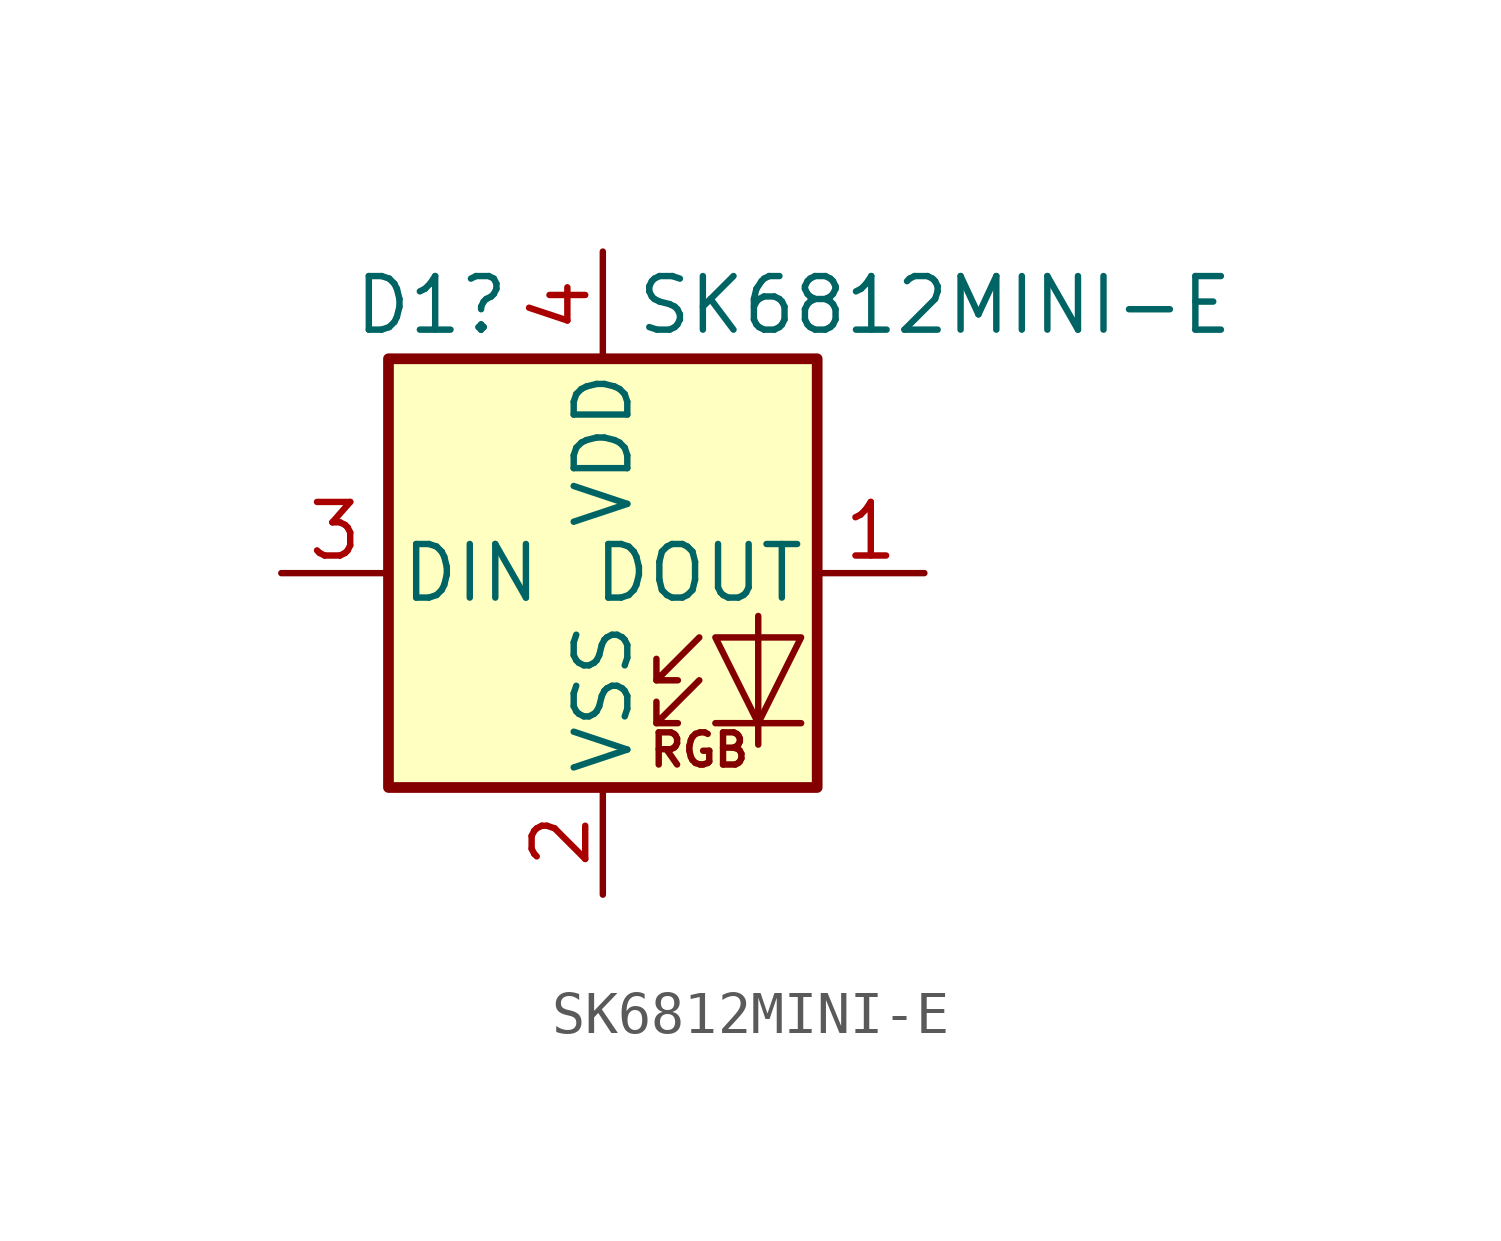
<source format=kicad_sym>
(kicad_symbol_lib
  (version 20231120)
  (generator "kicad_symbol_editor")
  (generator_version "8.0")
  (symbol "SK6812MINI-E"
    (pin_names
      (offset 0.254))
    (property "Reference" "D1"
      (at -4.064 6.35 0)
      (effects (font (size 1.27 1.27))))
    (property "Value" "SK6812MINI-E"
      (at 7.874 6.35 0)
      (effects (font (size 1.27 1.27))))
    (symbol "SK6812MINI-E_0_0"
      (text "RGB" (at 2.286 -4.191 0) (effects (font (size 0.762 0.762)))))
    (symbol "SK6812MINI-E_0_1"
      (polyline (pts (xy 1.27 -3.556) (xy 1.778 -3.556)) (stroke (width 0) (type default)) (fill (type none)))
      (polyline (pts (xy 1.27 -2.54) (xy 1.778 -2.54)) (stroke (width 0) (type default)) (fill (type none)))
      (polyline (pts (xy 4.699 -3.556) (xy 2.667 -3.556)) (stroke (width 0) (type default)) (fill (type none)))
      (polyline (pts (xy 2.286 -2.54) (xy 1.27 -3.556) (xy 1.27 -3.048)) (stroke (width 0) (type default)) (fill (type none)))
      (polyline (pts (xy 2.286 -1.524) (xy 1.27 -2.54) (xy 1.27 -2.032)) (stroke (width 0) (type default)) (fill (type none)))
      (polyline (pts (xy 3.683 -1.016) (xy 3.683 -3.556) (xy 3.683 -4.064)) (stroke (width 0) (type default)) (fill (type none)))
      (polyline (pts (xy 4.699 -1.524) (xy 2.667 -1.524) (xy 3.683 -3.556) (xy 4.699 -1.524)) (stroke (width 0) (type default)) (fill (type none)))
      (rectangle (start 5.08 5.08) (end -5.08 -5.08) (stroke (width 0.254) (type default)) (fill (type background))))
    (symbol "SK6812MINI-E_1_1"
      (pin output line (at 7.62 0 180) (length 2.54) (name "DOUT" (effects (font (size 1.27 1.27)))) (number "1" (effects (font (size 1.27 1.27)))))
      (pin power_in line (at 0 -7.62 90) (length 2.54) (name "VSS" (effects (font (size 1.27 1.27)))) (number "2" (effects (font (size 1.27 1.27)))))
      (pin input line (at -7.62 0 0) (length 2.54) (name "DIN" (effects (font (size 1.27 1.27)))) (number "3" (effects (font (size 1.27 1.27)))))
      (pin power_in line (at 0 7.62 270) (length 2.54) (name "VDD" (effects (font (size 1.27 1.27)))) (number "4" (effects (font (size 1.27 1.27))))))))
</source>
